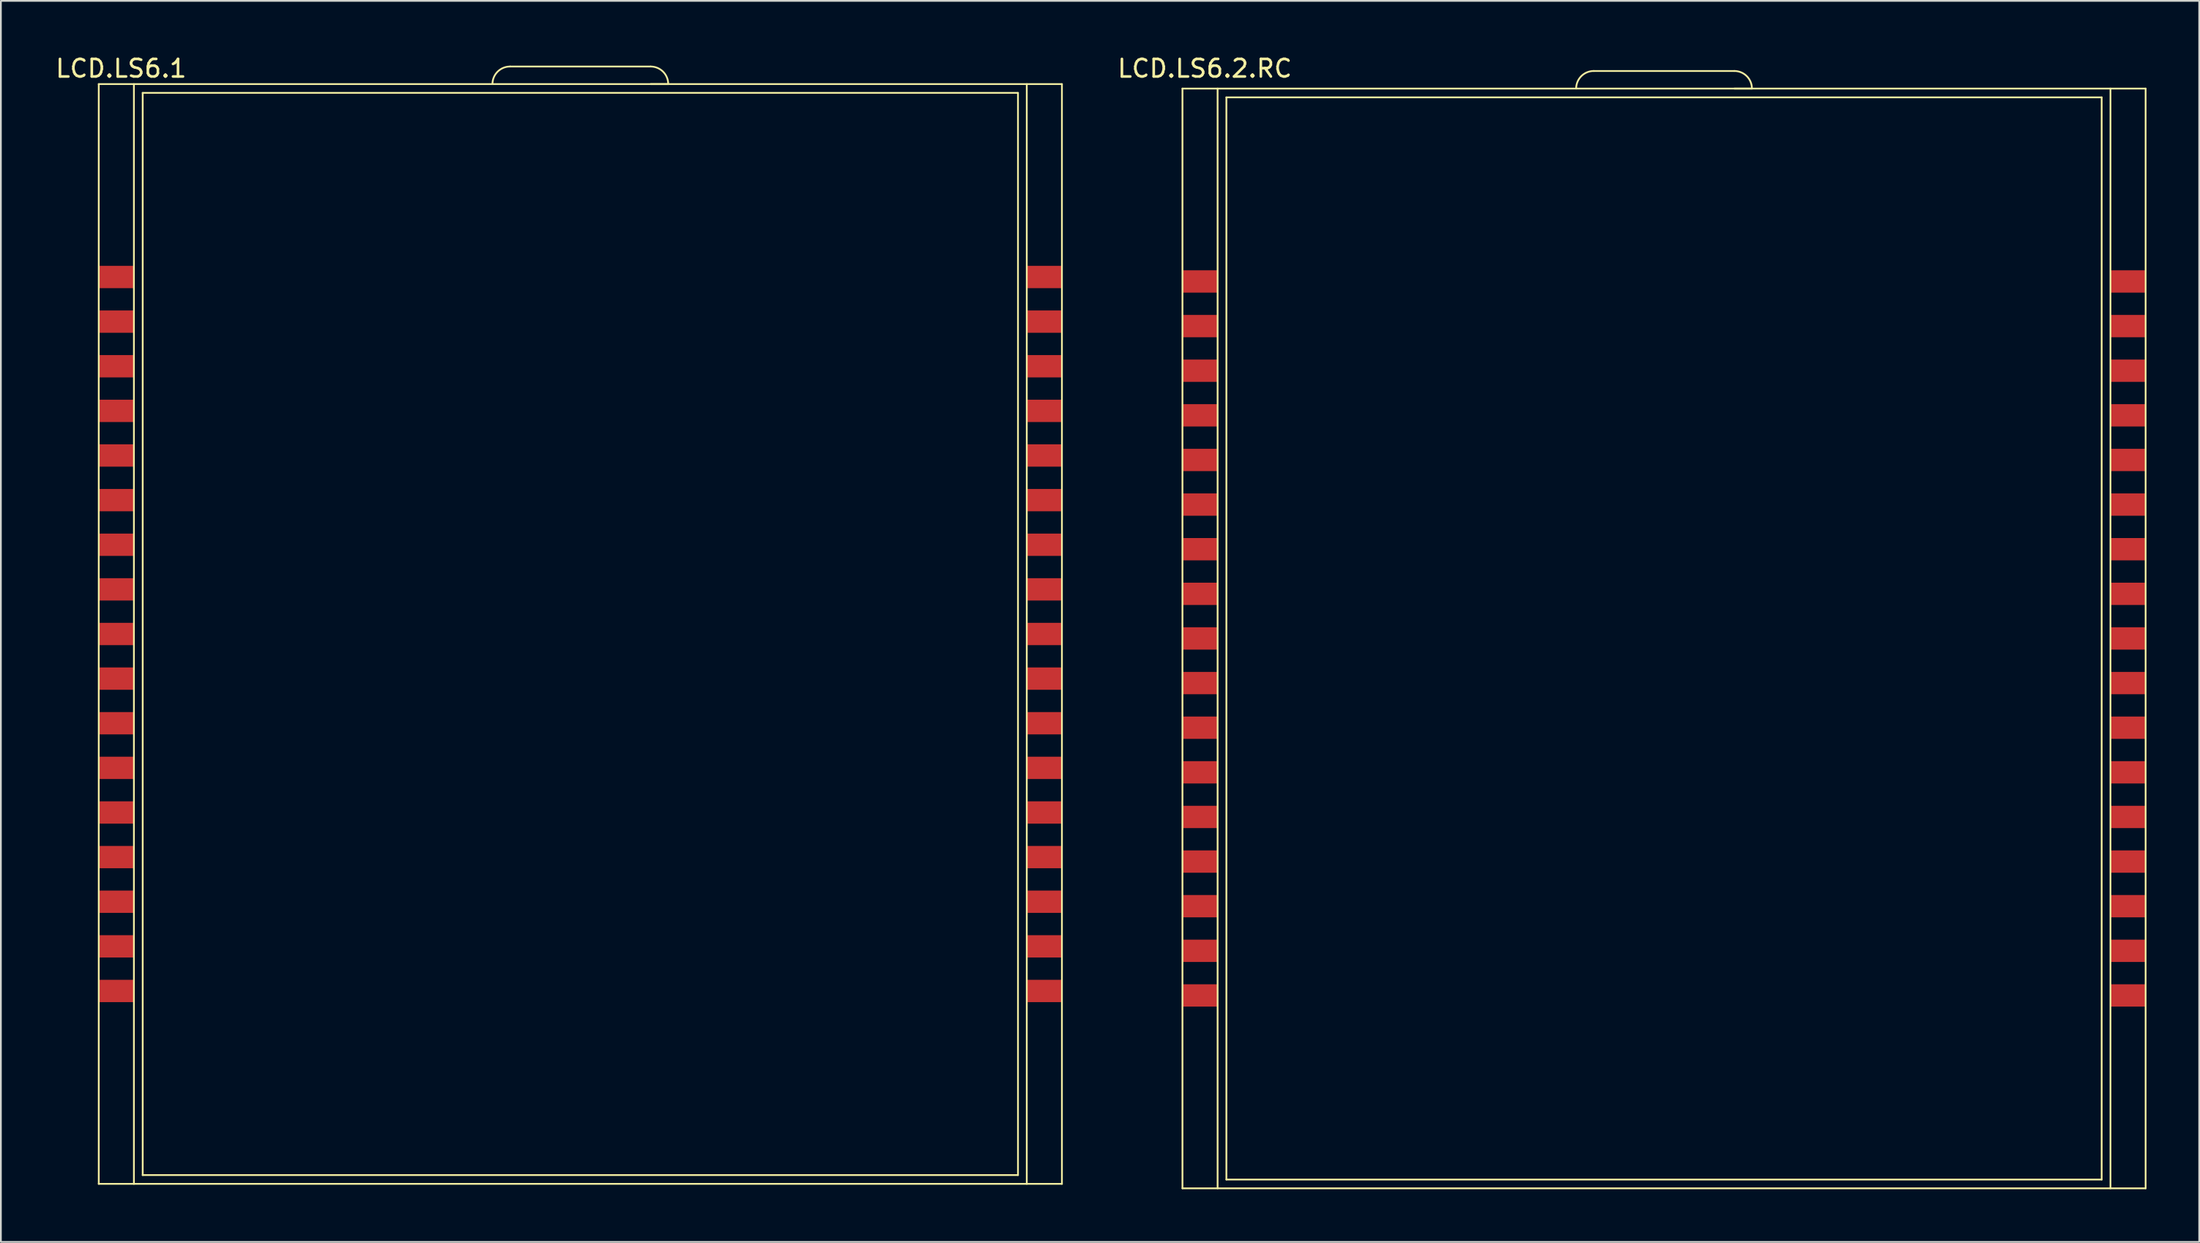
<source format=kicad_pcb>
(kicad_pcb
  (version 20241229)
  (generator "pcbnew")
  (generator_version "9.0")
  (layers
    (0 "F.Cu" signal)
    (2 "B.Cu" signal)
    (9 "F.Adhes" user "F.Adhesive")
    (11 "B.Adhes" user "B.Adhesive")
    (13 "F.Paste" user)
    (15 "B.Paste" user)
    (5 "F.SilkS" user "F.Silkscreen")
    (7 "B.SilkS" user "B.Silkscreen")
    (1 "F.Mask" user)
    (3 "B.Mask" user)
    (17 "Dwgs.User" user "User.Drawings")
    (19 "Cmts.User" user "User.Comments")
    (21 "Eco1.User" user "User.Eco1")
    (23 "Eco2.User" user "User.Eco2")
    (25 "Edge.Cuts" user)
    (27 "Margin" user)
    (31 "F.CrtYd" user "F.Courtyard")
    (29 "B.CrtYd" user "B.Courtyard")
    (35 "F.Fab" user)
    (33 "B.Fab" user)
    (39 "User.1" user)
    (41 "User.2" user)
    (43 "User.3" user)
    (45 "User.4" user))
  (footprint "LCD.LS6.1"
    (layer "F.Cu")
    (at 29.239 33.36)
    (property "Reference" "LCD.LS6.1" (at -25.4 -32.512 0) (layer "F.SilkS") (effects (font (size 1 1) (thickness 0.15))))
    (attr through_hole)
    (fp_line (start -26.67 -31.623) (end -26.67 30.977) (stroke (width 0.1) (type solid)) (layer "F.SilkS"))
    (fp_line (start -26.67 -31.623) (end 28.13 -31.623) (stroke (width 0.1) (type solid)) (layer "F.SilkS"))
    (fp_line (start -26.67 30.977) (end 28.13 30.977) (stroke (width 0.1) (type solid)) (layer "F.SilkS"))
    (fp_line (start -24.67 -31.623) (end -24.67 30.977) (stroke (width 0.1) (type solid)) (layer "F.SilkS"))
    (fp_line (start -24.17 -31.123) (end -24.17 30.477) (stroke (width 0.1) (type solid)) (layer "F.SilkS"))
    (fp_line (start -24.17 -31.123) (end 25.63 -31.123) (stroke (width 0.1) (type solid)) (layer "F.SilkS"))
    (fp_line (start -24.17 30.477) (end 25.63 30.477) (stroke (width 0.1) (type solid)) (layer "F.SilkS"))
    (fp_line (start -3.27 -32.623) (end 4.73 -32.623) (stroke (width 0.1) (type solid)) (layer "F.SilkS"))
    (fp_line (start 5.73 -31.623) (end 4.73 -31.623) (stroke (width 0.1) (type solid)) (layer "F.SilkS"))
    (fp_line (start 25.63 -31.123) (end 25.63 30.477) (stroke (width 0.1) (type solid)) (layer "F.SilkS"))
    (fp_line (start 26.13 -31.623) (end 26.13 30.977) (stroke (width 0.1) (type solid)) (layer "F.SilkS"))
    (fp_line (start 28.13 -31.623) (end 28.13 30.977) (stroke (width 0.1) (type solid)) (layer "F.SilkS"))
    (fp_arc (start -4.27 -31.623) (mid -3.977107 -32.330107) (end -3.27 -32.623) (stroke (width 0.1) (type solid)) (layer "F.SilkS"))
    (fp_arc (start 4.73 -32.623) (mid 5.437107 -32.330107) (end 5.73 -31.623) (stroke (width 0.1) (type solid)) (layer "F.SilkS"))
    (pad "1" smd rect (at -25.67 -20.643) (size 2 1.27) (layers "F.Cu" "F.Mask" "F.Paste"))
    (pad "2" smd rect (at -25.67 -18.103) (size 2 1.27) (layers "F.Cu" "F.Mask" "F.Paste"))
    (pad "3" smd rect (at -25.67 -15.563) (size 2 1.27) (layers "F.Cu" "F.Mask" "F.Paste"))
    (pad "4" smd rect (at -25.67 -13.023) (size 2 1.27) (layers "F.Cu" "F.Mask" "F.Paste"))
    (pad "5" smd rect (at -25.67 -10.483) (size 2 1.27) (layers "F.Cu" "F.Mask" "F.Paste"))
    (pad "6" smd rect (at -25.67 -7.943) (size 2 1.27) (layers "F.Cu" "F.Mask" "F.Paste"))
    (pad "7" smd rect (at -25.67 -5.403) (size 2 1.27) (layers "F.Cu" "F.Mask" "F.Paste"))
    (pad "8" smd rect (at -25.67 -2.863) (size 2 1.27) (layers "F.Cu" "F.Mask" "F.Paste"))
    (pad "9" smd rect (at -25.67 -0.323) (size 2 1.27) (layers "F.Cu" "F.Mask" "F.Paste"))
    (pad "10" smd rect (at -25.67 2.217) (size 2 1.27) (layers "F.Cu" "F.Mask" "F.Paste"))
    (pad "11" smd rect (at -25.67 4.757) (size 2 1.27) (layers "F.Cu" "F.Mask" "F.Paste"))
    (pad "12" smd rect (at -25.67 7.297) (size 2 1.27) (layers "F.Cu" "F.Mask" "F.Paste"))
    (pad "13" smd rect (at -25.67 9.837) (size 2 1.27) (layers "F.Cu" "F.Mask" "F.Paste"))
    (pad "14" smd rect (at -25.67 12.377) (size 2 1.27) (layers "F.Cu" "F.Mask" "F.Paste"))
    (pad "15" smd rect (at -25.67 14.917) (size 2 1.27) (layers "F.Cu" "F.Mask" "F.Paste"))
    (pad "16" smd rect (at -25.67 17.457) (size 2 1.27) (layers "F.Cu" "F.Mask" "F.Paste"))
    (pad "17" smd rect (at -25.67 19.997) (size 2 1.27) (layers "F.Cu" "F.Mask" "F.Paste"))
    (pad "18" smd rect (at 27.13 19.997) (size 2 1.27) (layers "F.Cu" "F.Mask" "F.Paste"))
    (pad "19" smd rect (at 27.13 17.457) (size 2 1.27) (layers "F.Cu" "F.Mask" "F.Paste"))
    (pad "20" smd rect (at 27.13 14.917) (size 2 1.27) (layers "F.Cu" "F.Mask" "F.Paste"))
    (pad "21" smd rect (at 27.13 12.377) (size 2 1.27) (layers "F.Cu" "F.Mask" "F.Paste"))
    (pad "22" smd rect (at 27.13 9.837) (size 2 1.27) (layers "F.Cu" "F.Mask" "F.Paste"))
    (pad "23" smd rect (at 27.13 7.297) (size 2 1.27) (layers "F.Cu" "F.Mask" "F.Paste"))
    (pad "24" smd rect (at 27.13 4.757) (size 2 1.27) (layers "F.Cu" "F.Mask" "F.Paste"))
    (pad "25" smd rect (at 27.13 2.217) (size 2 1.27) (layers "F.Cu" "F.Mask" "F.Paste"))
    (pad "26" smd rect (at 27.13 -0.323) (size 2 1.27) (layers "F.Cu" "F.Mask" "F.Paste"))
    (pad "27" smd rect (at 27.13 -2.863) (size 2 1.27) (layers "F.Cu" "F.Mask" "F.Paste"))
    (pad "28" smd rect (at 27.13 -5.403) (size 2 1.27) (layers "F.Cu" "F.Mask" "F.Paste"))
    (pad "29" smd rect (at 27.13 -7.943) (size 2 1.27) (layers "F.Cu" "F.Mask" "F.Paste"))
    (pad "30" smd rect (at 27.13 -10.483) (size 2 1.27) (layers "F.Cu" "F.Mask" "F.Paste"))
    (pad "31" smd rect (at 27.13 -13.023) (size 2 1.27) (layers "F.Cu" "F.Mask" "F.Paste"))
    (pad "32" smd rect (at 27.13 -15.563) (size 2 1.27) (layers "F.Cu" "F.Mask" "F.Paste"))
    (pad "33" smd rect (at 27.13 -18.103) (size 2 1.27) (layers "F.Cu" "F.Mask" "F.Paste"))
    (pad "34" smd rect (at 27.13 -20.643) (size 2 1.27) (layers "F.Cu" "F.Mask" "F.Paste")))
  (footprint "LCD.LS6.2.RC"
    (layer "F.Cu")
    (at 91.024 33.106)
    (property "Reference" "LCD.LS6.2.RC" (at -25.527 -32.258 0) (layer "F.SilkS") (effects (font (size 1 1) (thickness 0.15))))
    (attr through_hole)
    (fp_line (start -26.797 -31.115) (end -26.797 31.485) (stroke (width 0.1) (type solid)) (layer "F.SilkS"))
    (fp_line (start -26.797 -31.115) (end 28.003 -31.115) (stroke (width 0.1) (type solid)) (layer "F.SilkS"))
    (fp_line (start -26.797 31.485) (end 28.003 31.485) (stroke (width 0.1) (type solid)) (layer "F.SilkS"))
    (fp_line (start -24.797 -31.115) (end -24.797 31.485) (stroke (width 0.1) (type solid)) (layer "F.SilkS"))
    (fp_line (start -24.297 -30.615) (end -24.297 30.985) (stroke (width 0.1) (type solid)) (layer "F.SilkS"))
    (fp_line (start -24.297 -30.615) (end 25.503 -30.615) (stroke (width 0.1) (type solid)) (layer "F.SilkS"))
    (fp_line (start -24.297 30.985) (end 25.503 30.985) (stroke (width 0.1) (type solid)) (layer "F.SilkS"))
    (fp_line (start -3.397 -32.115) (end 4.603 -32.115) (stroke (width 0.1) (type solid)) (layer "F.SilkS"))
    (fp_line (start 5.603 -31.115) (end 4.603 -31.115) (stroke (width 0.1) (type solid)) (layer "F.SilkS"))
    (fp_line (start 25.503 -30.615) (end 25.503 30.985) (stroke (width 0.1) (type solid)) (layer "F.SilkS"))
    (fp_line (start 26.003 -31.115) (end 26.003 31.485) (stroke (width 0.1) (type solid)) (layer "F.SilkS"))
    (fp_line (start 28.003 -31.115) (end 28.003 31.485) (stroke (width 0.1) (type solid)) (layer "F.SilkS"))
    (fp_arc (start -4.397 -31.115) (mid -4.104107 -31.822107) (end -3.397 -32.115) (stroke (width 0.1) (type solid)) (layer "F.SilkS"))
    (fp_arc (start 4.603 -32.115) (mid 5.310107 -31.822107) (end 5.603 -31.115) (stroke (width 0.1) (type solid)) (layer "F.SilkS"))
    (pad "1" smd rect (at -25.797 -20.135) (size 2 1.27) (layers "F.Cu" "F.Mask" "F.Paste"))
    (pad "2" smd rect (at -25.797 -17.595) (size 2 1.27) (layers "F.Cu" "F.Mask" "F.Paste"))
    (pad "3" smd rect (at -25.797 -15.055) (size 2 1.27) (layers "F.Cu" "F.Mask" "F.Paste"))
    (pad "4" smd rect (at -25.797 -12.515) (size 2 1.27) (layers "F.Cu" "F.Mask" "F.Paste"))
    (pad "5" smd rect (at -25.797 -9.975) (size 2 1.27) (layers "F.Cu" "F.Mask" "F.Paste"))
    (pad "6" smd rect (at -25.797 -7.435) (size 2 1.27) (layers "F.Cu" "F.Mask" "F.Paste"))
    (pad "7" smd rect (at -25.797 -4.895) (size 2 1.27) (layers "F.Cu" "F.Mask" "F.Paste"))
    (pad "8" smd rect (at -25.797 -2.355) (size 2 1.27) (layers "F.Cu" "F.Mask" "F.Paste"))
    (pad "9" smd rect (at -25.797 0.185) (size 2 1.27) (layers "F.Cu" "F.Mask" "F.Paste"))
    (pad "10" smd rect (at -25.797 2.725) (size 2 1.27) (layers "F.Cu" "F.Mask" "F.Paste"))
    (pad "11" smd rect (at -25.797 5.265) (size 2 1.27) (layers "F.Cu" "F.Mask" "F.Paste"))
    (pad "12" smd rect (at -25.797 7.805) (size 2 1.27) (layers "F.Cu" "F.Mask" "F.Paste"))
    (pad "13" smd rect (at -25.797 10.345) (size 2 1.27) (layers "F.Cu" "F.Mask" "F.Paste"))
    (pad "14" smd rect (at -25.797 12.885) (size 2 1.27) (layers "F.Cu" "F.Mask" "F.Paste"))
    (pad "15" smd rect (at -25.797 15.425) (size 2 1.27) (layers "F.Cu" "F.Mask" "F.Paste"))
    (pad "16" smd rect (at -25.797 17.965) (size 2 1.27) (layers "F.Cu" "F.Mask" "F.Paste"))
    (pad "17" smd rect (at -25.797 20.505) (size 2 1.27) (layers "F.Cu" "F.Mask" "F.Paste"))
    (pad "18" smd rect (at 27.003 20.505) (size 2 1.27) (layers "F.Cu" "F.Mask" "F.Paste"))
    (pad "19" smd rect (at 27.003 17.965) (size 2 1.27) (layers "F.Cu" "F.Mask" "F.Paste"))
    (pad "20" smd rect (at 27.003 15.425) (size 2 1.27) (layers "F.Cu" "F.Mask" "F.Paste"))
    (pad "21" smd rect (at 27.003 12.885) (size 2 1.27) (layers "F.Cu" "F.Mask" "F.Paste"))
    (pad "22" smd rect (at 27.003 10.345) (size 2 1.27) (layers "F.Cu" "F.Mask" "F.Paste"))
    (pad "23" smd rect (at 27.003 7.805) (size 2 1.27) (layers "F.Cu" "F.Mask" "F.Paste"))
    (pad "24" smd rect (at 27.003 5.265) (size 2 1.27) (layers "F.Cu" "F.Mask" "F.Paste"))
    (pad "25" smd rect (at 27.003 2.725) (size 2 1.27) (layers "F.Cu" "F.Mask" "F.Paste"))
    (pad "26" smd rect (at 27.003 0.185) (size 2 1.27) (layers "F.Cu" "F.Mask" "F.Paste"))
    (pad "27" smd rect (at 27.003 -2.355) (size 2 1.27) (layers "F.Cu" "F.Mask" "F.Paste"))
    (pad "28" smd rect (at 27.003 -4.895) (size 2 1.27) (layers "F.Cu" "F.Mask" "F.Paste"))
    (pad "29" smd rect (at 27.003 -7.435) (size 2 1.27) (layers "F.Cu" "F.Mask" "F.Paste"))
    (pad "30" smd rect (at 27.003 -9.975) (size 2 1.27) (layers "F.Cu" "F.Mask" "F.Paste"))
    (pad "31" smd rect (at 27.003 -12.515) (size 2 1.27) (layers "F.Cu" "F.Mask" "F.Paste"))
    (pad "32" smd rect (at 27.003 -15.055) (size 2 1.27) (layers "F.Cu" "F.Mask" "F.Paste"))
    (pad "33" smd rect (at 27.003 -17.595) (size 2 1.27) (layers "F.Cu" "F.Mask" "F.Paste"))
    (pad "34" smd rect (at 27.003 -20.135) (size 2 1.27) (layers "F.Cu" "F.Mask" "F.Paste")))
  (gr_rect
    (start -3 -3)
    (end 122.077 67.641)
    (stroke (width 0.1) (type default))
    (fill no)
    (layer "Edge.Cuts")))
</source>
